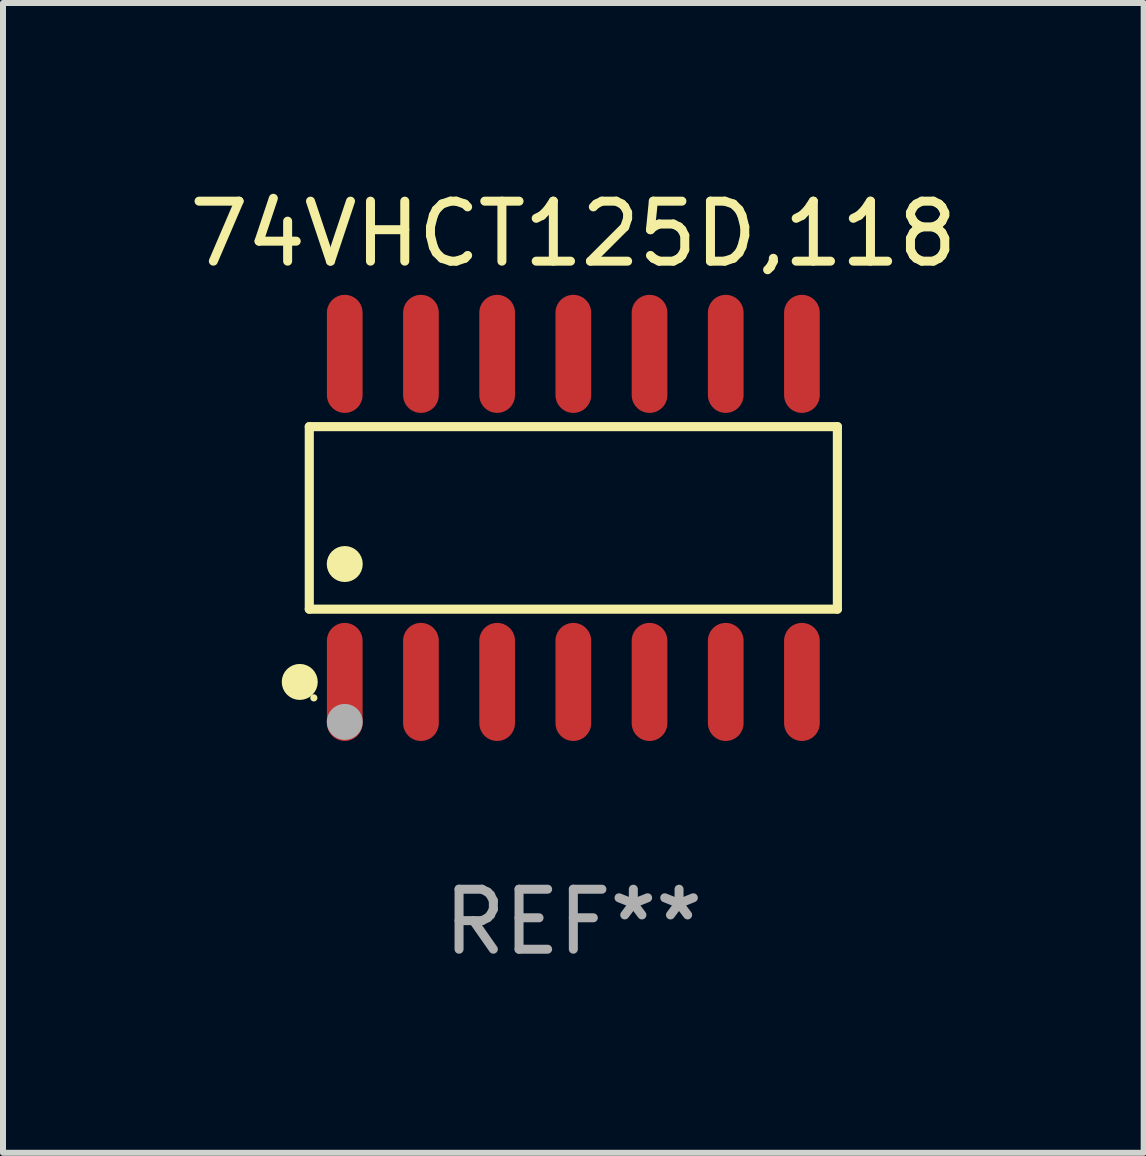
<source format=kicad_pcb>
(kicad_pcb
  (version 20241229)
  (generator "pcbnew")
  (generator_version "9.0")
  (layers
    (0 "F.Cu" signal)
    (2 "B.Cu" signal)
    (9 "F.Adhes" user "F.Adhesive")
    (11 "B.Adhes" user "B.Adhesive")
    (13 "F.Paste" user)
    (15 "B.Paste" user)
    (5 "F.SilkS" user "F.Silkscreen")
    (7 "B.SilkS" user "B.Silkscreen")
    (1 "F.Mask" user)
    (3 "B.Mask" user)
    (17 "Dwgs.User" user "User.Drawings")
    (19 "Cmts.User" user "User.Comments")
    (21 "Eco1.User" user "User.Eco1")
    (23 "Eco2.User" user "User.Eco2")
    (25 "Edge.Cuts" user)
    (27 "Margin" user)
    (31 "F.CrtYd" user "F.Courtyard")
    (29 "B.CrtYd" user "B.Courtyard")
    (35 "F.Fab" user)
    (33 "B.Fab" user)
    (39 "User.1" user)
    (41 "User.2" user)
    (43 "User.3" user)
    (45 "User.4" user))
  (footprint "74VHCT125D,118"
    (layer "F.Cu")
    (at 6.506 5.582)
    (property "Reference" "74VHCT125D,118" (at 0 -4.734 0) (layer "F.SilkS") (effects (font (size 1 1) (thickness 0.15))))
    (attr through_hole)
    (fp_line (start -4.401 -1.521) (end 4.401 -1.521) (stroke (width 0.152) (type solid)) (layer "F.SilkS"))
    (fp_line (start -4.401 1.521) (end -4.401 -1.521) (stroke (width 0.152) (type solid)) (layer "F.SilkS"))
    (fp_line (start 4.401 -1.521) (end 4.401 1.521) (stroke (width 0.152) (type solid)) (layer "F.SilkS"))
    (fp_line (start 4.401 1.521) (end -4.401 1.521) (stroke (width 0.152) (type solid)) (layer "F.SilkS"))
    (fp_circle (center -4.56 2.734) (end -4.41 2.734) (stroke (width 0.3) (type solid)) (fill no) (layer "F.SilkS"))
    (fp_circle (center -4.325 3) (end -4.295 3) (stroke (width 0.06) (type solid)) (fill no) (layer "F.SilkS"))
    (fp_circle (center -3.81 0.769) (end -3.66 0.769) (stroke (width 0.3) (type solid)) (fill no) (layer "F.SilkS"))
    (fp_circle (center -3.81 3.4) (end -3.66 3.4) (stroke (width 0.3) (type solid)) (fill no) (layer "F.Fab"))
    (fp_text user "REF**" (at 0 6.734 0) (layer "F.Fab") (effects (font (size 1 1) (thickness 0.15))))
    (pad "1" smd oval (at -3.81 2.734) (size 0.595 1.968) (layers "F.Cu" "F.Mask" "F.Paste"))
    (pad "2" smd oval (at -2.54 2.734) (size 0.595 1.968) (layers "F.Cu" "F.Mask" "F.Paste"))
    (pad "3" smd oval (at -1.27 2.734) (size 0.595 1.968) (layers "F.Cu" "F.Mask" "F.Paste"))
    (pad "4" smd oval (at 0 2.734) (size 0.595 1.968) (layers "F.Cu" "F.Mask" "F.Paste"))
    (pad "5" smd oval (at 1.27 2.734) (size 0.595 1.968) (layers "F.Cu" "F.Mask" "F.Paste"))
    (pad "6" smd oval (at 2.54 2.734) (size 0.595 1.968) (layers "F.Cu" "F.Mask" "F.Paste"))
    (pad "7" smd oval (at 3.81 2.734) (size 0.595 1.968) (layers "F.Cu" "F.Mask" "F.Paste"))
    (pad "8" smd oval (at 3.81 -2.734) (size 0.595 1.968) (layers "F.Cu" "F.Mask" "F.Paste"))
    (pad "9" smd oval (at 2.54 -2.734) (size 0.595 1.968) (layers "F.Cu" "F.Mask" "F.Paste"))
    (pad "10" smd oval (at 1.27 -2.734) (size 0.595 1.968) (layers "F.Cu" "F.Mask" "F.Paste"))
    (pad "11" smd oval (at 0 -2.734) (size 0.595 1.968) (layers "F.Cu" "F.Mask" "F.Paste"))
    (pad "12" smd oval (at -1.27 -2.734) (size 0.595 1.968) (layers "F.Cu" "F.Mask" "F.Paste"))
    (pad "13" smd oval (at -2.54 -2.734) (size 0.595 1.968) (layers "F.Cu" "F.Mask" "F.Paste"))
    (pad "14" smd oval (at -3.81 -2.734) (size 0.595 1.968) (layers "F.Cu" "F.Mask" "F.Paste")))
  (gr_rect
    (start -3 -3)
    (end 16.012 16.164)
    (stroke (width 0.1) (type default))
    (fill no)
    (layer "Edge.Cuts")))
</source>
